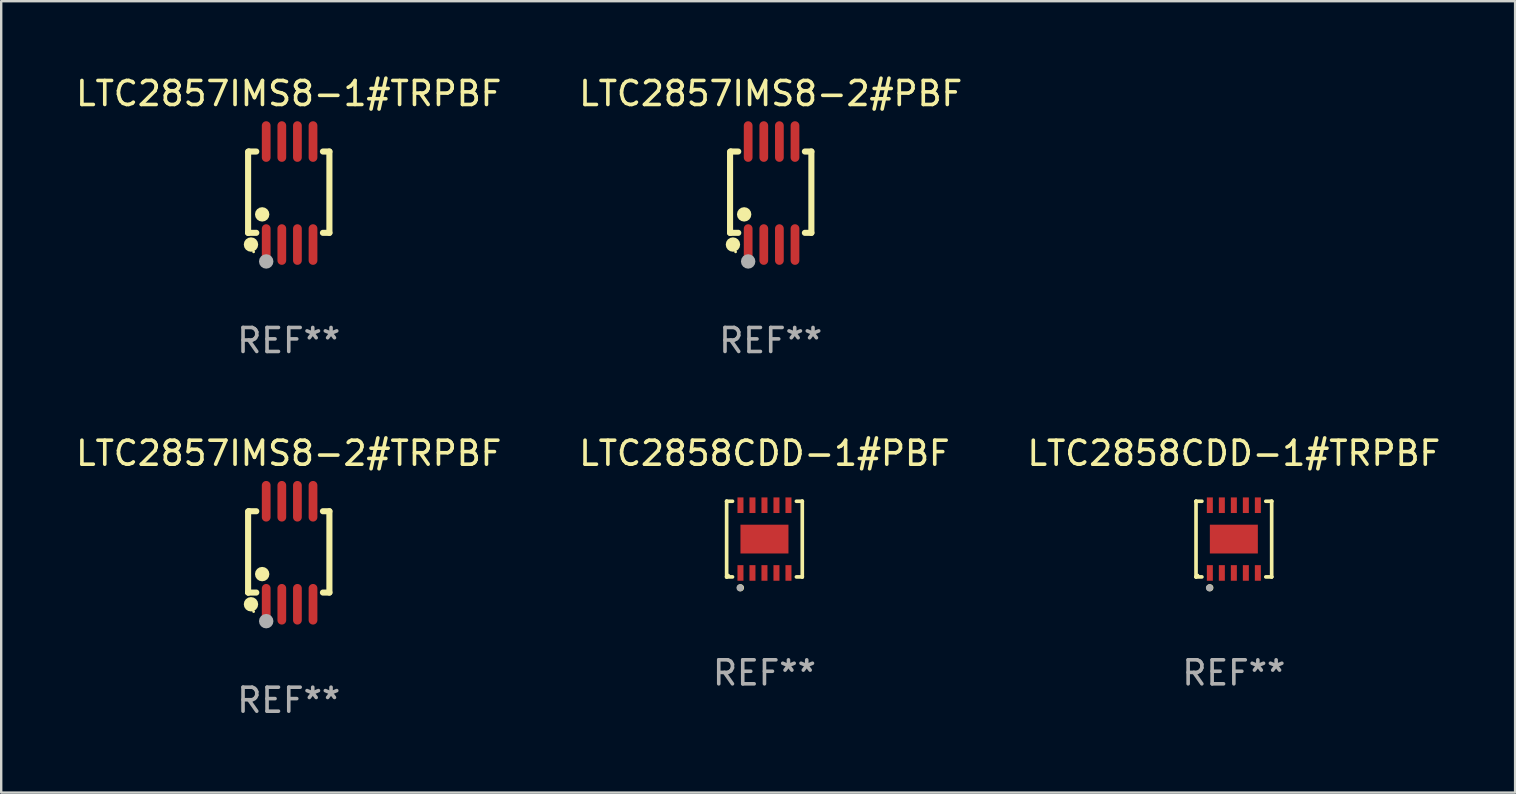
<source format=kicad_pcb>
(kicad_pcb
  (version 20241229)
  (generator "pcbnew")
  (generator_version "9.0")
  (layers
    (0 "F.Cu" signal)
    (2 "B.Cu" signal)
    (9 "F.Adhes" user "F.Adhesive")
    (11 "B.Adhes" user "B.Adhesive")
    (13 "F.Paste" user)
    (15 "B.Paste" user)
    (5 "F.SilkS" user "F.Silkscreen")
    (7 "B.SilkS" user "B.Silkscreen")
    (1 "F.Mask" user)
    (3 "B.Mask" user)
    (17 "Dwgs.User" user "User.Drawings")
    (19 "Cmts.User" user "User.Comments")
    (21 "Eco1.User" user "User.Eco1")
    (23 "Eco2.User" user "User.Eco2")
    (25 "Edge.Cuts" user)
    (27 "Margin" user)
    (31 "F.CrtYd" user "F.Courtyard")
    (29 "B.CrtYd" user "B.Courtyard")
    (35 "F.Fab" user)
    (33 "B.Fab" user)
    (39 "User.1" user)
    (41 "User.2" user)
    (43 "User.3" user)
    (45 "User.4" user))
  (footprint "LTC2858CDD-1#PBF"
    (layer "F.Cu")
    (at 28.804 19.413)
    (property "Reference" "LTC2858CDD-1#PBF" (at 0 -3.576 0) (layer "F.SilkS") (effects (font (size 1 1) (thickness 0.15))))
    (attr through_hole)
    (fp_line (start -1.576 -1.576) (end -1.576 -1.576) (stroke (width 0.152) (type solid)) (layer "F.SilkS"))
    (fp_line (start -1.576 -1.576) (end -1.331 -1.576) (stroke (width 0.152) (type solid)) (layer "F.SilkS"))
    (fp_line (start -1.576 1.576) (end -1.576 -1.576) (stroke (width 0.152) (type solid)) (layer "F.SilkS"))
    (fp_line (start -1.576 1.576) (end -1.576 1.576) (stroke (width 0.152) (type solid)) (layer "F.SilkS"))
    (fp_line (start -1.331 1.576) (end -1.576 1.576) (stroke (width 0.152) (type solid)) (layer "F.SilkS"))
    (fp_line (start 1.331 1.576) (end 1.576 1.576) (stroke (width 0.152) (type solid)) (layer "F.SilkS"))
    (fp_line (start 1.576 -1.576) (end 1.331 -1.576) (stroke (width 0.152) (type solid)) (layer "F.SilkS"))
    (fp_line (start 1.576 -1.576) (end 1.576 -1.576) (stroke (width 0.152) (type solid)) (layer "F.SilkS"))
    (fp_line (start 1.576 1.576) (end 1.576 -1.576) (stroke (width 0.152) (type solid)) (layer "F.SilkS"))
    (fp_line (start 1.576 1.576) (end 1.576 1.576) (stroke (width 0.152) (type solid)) (layer "F.SilkS"))
    (fp_circle (center -1.5 1.5) (end -1.47 1.5) (stroke (width 0.06) (type solid)) (fill no) (layer "F.SilkS"))
    (fp_circle (center -1 2.028) (end -0.925 2.028) (stroke (width 0.15) (type solid)) (fill no) (layer "F.SilkS"))
    (fp_circle (center -1.016 2.032) (end -0.941 2.032) (stroke (width 0.15) (type solid)) (fill no) (layer "F.Fab"))
    (fp_text user "REF**" (at 0 5.576 0) (layer "F.Fab") (effects (font (size 1 1) (thickness 0.15))))
    (pad "1" smd rect (at -1 1.411) (size 0.25 0.65) (layers "F.Cu" "F.Mask" "F.Paste"))
    (pad "2" smd rect (at -0.5 1.411) (size 0.25 0.65) (layers "F.Cu" "F.Mask" "F.Paste"))
    (pad "3" smd rect (at 0 1.411) (size 0.25 0.65) (layers "F.Cu" "F.Mask" "F.Paste"))
    (pad "4" smd rect (at 0.5 1.411) (size 0.25 0.65) (layers "F.Cu" "F.Mask" "F.Paste"))
    (pad "5" smd rect (at 1 1.411) (size 0.25 0.65) (layers "F.Cu" "F.Mask" "F.Paste"))
    (pad "6" smd rect (at 1 -1.411) (size 0.25 0.65) (layers "F.Cu" "F.Mask" "F.Paste"))
    (pad "7" smd rect (at 0.5 -1.411) (size 0.25 0.65) (layers "F.Cu" "F.Mask" "F.Paste"))
    (pad "8" smd rect (at 0 -1.411) (size 0.25 0.65) (layers "F.Cu" "F.Mask" "F.Paste"))
    (pad "9" smd rect (at -0.5 -1.411) (size 0.25 0.65) (layers "F.Cu" "F.Mask" "F.Paste"))
    (pad "10" smd rect (at -1 -1.411) (size 0.25 0.65) (layers "F.Cu" "F.Mask" "F.Paste"))
    (pad "11" smd rect (at 0 0) (size 2 1.2) (layers "F.Cu" "F.Mask" "F.Paste")))
  (footprint "LTC2857IMS8-2#TRPBF"
    (layer "F.Cu")
    (at 8.982 19.983)
    (property "Reference" "LTC2857IMS8-2#TRPBF" (at 0 -4.146 0) (layer "F.SilkS") (effects (font (size 1 1) (thickness 0.15))))
    (attr through_hole)
    (fp_line (start -1.694 -1.724) (end -1.694 1.652) (stroke (width 0.254) (type solid)) (layer "F.SilkS"))
    (fp_line (start -1.694 1.652) (end -1.688 1.658) (stroke (width 0.254) (type solid)) (layer "F.SilkS"))
    (fp_line (start -1.688 1.658) (end -1.353 1.658) (stroke (width 0.254) (type solid)) (layer "F.SilkS"))
    (fp_line (start -1.661 -1.73) (end -1.681 -1.71) (stroke (width 0.254) (type solid)) (layer "F.SilkS"))
    (fp_line (start -1.353 -1.73) (end -1.661 -1.73) (stroke (width 0.254) (type solid)) (layer "F.SilkS"))
    (fp_line (start 1.424 1.658) (end 1.694 1.658) (stroke (width 0.254) (type solid)) (layer "F.SilkS"))
    (fp_line (start 1.694 -1.73) (end 1.424 -1.73) (stroke (width 0.254) (type solid)) (layer "F.SilkS"))
    (fp_line (start 1.694 1.658) (end 1.694 -1.73) (stroke (width 0.254) (type solid)) (layer "F.SilkS"))
    (fp_circle (center -1.574 2.146) (end -1.424 2.146) (stroke (width 0.3) (type solid)) (fill no) (layer "F.SilkS"))
    (fp_circle (center -1.464 2.45) (end -1.434 2.45) (stroke (width 0.06) (type solid)) (fill no) (layer "F.SilkS"))
    (fp_circle (center -1.107 0.889) (end -0.957 0.889) (stroke (width 0.3) (type solid)) (fill no) (layer "F.SilkS"))
    (fp_circle (center -0.94 2.85) (end -0.789 2.85) (stroke (width 0.3) (type solid)) (fill no) (layer "F.Fab"))
    (fp_text user "REF**" (at 0 6.146 0) (layer "F.Fab") (effects (font (size 1 1) (thickness 0.15))))
    (pad "1" smd oval (at -0.94 2.146) (size 0.364 1.692) (layers "F.Cu" "F.Mask" "F.Paste"))
    (pad "2" smd oval (at -0.289 2.146) (size 0.364 1.692) (layers "F.Cu" "F.Mask" "F.Paste"))
    (pad "3" smd oval (at 0.361 2.146) (size 0.364 1.692) (layers "F.Cu" "F.Mask" "F.Paste"))
    (pad "4" smd oval (at 1.011 2.146) (size 0.364 1.692) (layers "F.Cu" "F.Mask" "F.Paste"))
    (pad "5" smd oval (at 1.011 -2.146) (size 0.364 1.692) (layers "F.Cu" "F.Mask" "F.Paste"))
    (pad "6" smd oval (at 0.361 -2.146) (size 0.364 1.692) (layers "F.Cu" "F.Mask" "F.Paste"))
    (pad "7" smd oval (at -0.289 -2.146) (size 0.364 1.692) (layers "F.Cu" "F.Mask" "F.Paste"))
    (pad "8" smd oval (at -0.94 -2.146) (size 0.364 1.692) (layers "F.Cu" "F.Mask" "F.Paste")))
  (footprint "LTC2858CDD-1#TRPBF"
    (layer "F.Cu")
    (at 48.363 19.413)
    (property "Reference" "LTC2858CDD-1#TRPBF" (at 0 -3.576 0) (layer "F.SilkS") (effects (font (size 1 1) (thickness 0.15))))
    (attr through_hole)
    (fp_line (start -1.576 -1.576) (end -1.576 -1.576) (stroke (width 0.152) (type solid)) (layer "F.SilkS"))
    (fp_line (start -1.576 -1.576) (end -1.331 -1.576) (stroke (width 0.152) (type solid)) (layer "F.SilkS"))
    (fp_line (start -1.576 1.576) (end -1.576 -1.576) (stroke (width 0.152) (type solid)) (layer "F.SilkS"))
    (fp_line (start -1.576 1.576) (end -1.576 1.576) (stroke (width 0.152) (type solid)) (layer "F.SilkS"))
    (fp_line (start -1.331 1.576) (end -1.576 1.576) (stroke (width 0.152) (type solid)) (layer "F.SilkS"))
    (fp_line (start 1.331 1.576) (end 1.576 1.576) (stroke (width 0.152) (type solid)) (layer "F.SilkS"))
    (fp_line (start 1.576 -1.576) (end 1.331 -1.576) (stroke (width 0.152) (type solid)) (layer "F.SilkS"))
    (fp_line (start 1.576 -1.576) (end 1.576 -1.576) (stroke (width 0.152) (type solid)) (layer "F.SilkS"))
    (fp_line (start 1.576 1.576) (end 1.576 -1.576) (stroke (width 0.152) (type solid)) (layer "F.SilkS"))
    (fp_line (start 1.576 1.576) (end 1.576 1.576) (stroke (width 0.152) (type solid)) (layer "F.SilkS"))
    (fp_circle (center -1.5 1.5) (end -1.47 1.5) (stroke (width 0.06) (type solid)) (fill no) (layer "F.SilkS"))
    (fp_circle (center -1 2.028) (end -0.925 2.028) (stroke (width 0.15) (type solid)) (fill no) (layer "F.SilkS"))
    (fp_circle (center -1.016 2.032) (end -0.941 2.032) (stroke (width 0.15) (type solid)) (fill no) (layer "F.Fab"))
    (fp_text user "REF**" (at 0 5.576 0) (layer "F.Fab") (effects (font (size 1 1) (thickness 0.15))))
    (pad "1" smd rect (at -1 1.411) (size 0.25 0.65) (layers "F.Cu" "F.Mask" "F.Paste"))
    (pad "2" smd rect (at -0.5 1.411) (size 0.25 0.65) (layers "F.Cu" "F.Mask" "F.Paste"))
    (pad "3" smd rect (at 0 1.411) (size 0.25 0.65) (layers "F.Cu" "F.Mask" "F.Paste"))
    (pad "4" smd rect (at 0.5 1.411) (size 0.25 0.65) (layers "F.Cu" "F.Mask" "F.Paste"))
    (pad "5" smd rect (at 1 1.411) (size 0.25 0.65) (layers "F.Cu" "F.Mask" "F.Paste"))
    (pad "6" smd rect (at 1 -1.411) (size 0.25 0.65) (layers "F.Cu" "F.Mask" "F.Paste"))
    (pad "7" smd rect (at 0.5 -1.411) (size 0.25 0.65) (layers "F.Cu" "F.Mask" "F.Paste"))
    (pad "8" smd rect (at 0 -1.411) (size 0.25 0.65) (layers "F.Cu" "F.Mask" "F.Paste"))
    (pad "9" smd rect (at -0.5 -1.411) (size 0.25 0.65) (layers "F.Cu" "F.Mask" "F.Paste"))
    (pad "10" smd rect (at -1 -1.411) (size 0.25 0.65) (layers "F.Cu" "F.Mask" "F.Paste"))
    (pad "11" smd rect (at 0 0) (size 2 1.2) (layers "F.Cu" "F.Mask" "F.Paste")))
  (footprint "LTC2857IMS8-2#PBF"
    (layer "F.Cu")
    (at 29.065 4.994)
    (property "Reference" "LTC2857IMS8-2#PBF" (at 0 -4.146 0) (layer "F.SilkS") (effects (font (size 1 1) (thickness 0.15))))
    (attr through_hole)
    (fp_line (start -1.694 -1.724) (end -1.694 1.652) (stroke (width 0.254) (type solid)) (layer "F.SilkS"))
    (fp_line (start -1.694 1.652) (end -1.688 1.658) (stroke (width 0.254) (type solid)) (layer "F.SilkS"))
    (fp_line (start -1.688 1.658) (end -1.353 1.658) (stroke (width 0.254) (type solid)) (layer "F.SilkS"))
    (fp_line (start -1.661 -1.73) (end -1.681 -1.71) (stroke (width 0.254) (type solid)) (layer "F.SilkS"))
    (fp_line (start -1.353 -1.73) (end -1.661 -1.73) (stroke (width 0.254) (type solid)) (layer "F.SilkS"))
    (fp_line (start 1.424 1.658) (end 1.694 1.658) (stroke (width 0.254) (type solid)) (layer "F.SilkS"))
    (fp_line (start 1.694 -1.73) (end 1.424 -1.73) (stroke (width 0.254) (type solid)) (layer "F.SilkS"))
    (fp_line (start 1.694 1.658) (end 1.694 -1.73) (stroke (width 0.254) (type solid)) (layer "F.SilkS"))
    (fp_circle (center -1.574 2.146) (end -1.424 2.146) (stroke (width 0.3) (type solid)) (fill no) (layer "F.SilkS"))
    (fp_circle (center -1.464 2.45) (end -1.434 2.45) (stroke (width 0.06) (type solid)) (fill no) (layer "F.SilkS"))
    (fp_circle (center -1.107 0.889) (end -0.957 0.889) (stroke (width 0.3) (type solid)) (fill no) (layer "F.SilkS"))
    (fp_circle (center -0.94 2.85) (end -0.789 2.85) (stroke (width 0.3) (type solid)) (fill no) (layer "F.Fab"))
    (fp_text user "REF**" (at 0 6.146 0) (layer "F.Fab") (effects (font (size 1 1) (thickness 0.15))))
    (pad "1" smd oval (at -0.94 2.146) (size 0.364 1.692) (layers "F.Cu" "F.Mask" "F.Paste"))
    (pad "2" smd oval (at -0.289 2.146) (size 0.364 1.692) (layers "F.Cu" "F.Mask" "F.Paste"))
    (pad "3" smd oval (at 0.361 2.146) (size 0.364 1.692) (layers "F.Cu" "F.Mask" "F.Paste"))
    (pad "4" smd oval (at 1.011 2.146) (size 0.364 1.692) (layers "F.Cu" "F.Mask" "F.Paste"))
    (pad "5" smd oval (at 1.011 -2.146) (size 0.364 1.692) (layers "F.Cu" "F.Mask" "F.Paste"))
    (pad "6" smd oval (at 0.361 -2.146) (size 0.364 1.692) (layers "F.Cu" "F.Mask" "F.Paste"))
    (pad "7" smd oval (at -0.289 -2.146) (size 0.364 1.692) (layers "F.Cu" "F.Mask" "F.Paste"))
    (pad "8" smd oval (at -0.94 -2.146) (size 0.364 1.692) (layers "F.Cu" "F.Mask" "F.Paste")))
  (footprint "LTC2857IMS8-1#TRPBF"
    (layer "F.Cu")
    (at 8.982 4.994)
    (property "Reference" "LTC2857IMS8-1#TRPBF" (at 0 -4.146 0) (layer "F.SilkS") (effects (font (size 1 1) (thickness 0.15))))
    (attr through_hole)
    (fp_line (start -1.694 -1.724) (end -1.694 1.652) (stroke (width 0.254) (type solid)) (layer "F.SilkS"))
    (fp_line (start -1.694 1.652) (end -1.688 1.658) (stroke (width 0.254) (type solid)) (layer "F.SilkS"))
    (fp_line (start -1.688 1.658) (end -1.353 1.658) (stroke (width 0.254) (type solid)) (layer "F.SilkS"))
    (fp_line (start -1.661 -1.73) (end -1.681 -1.71) (stroke (width 0.254) (type solid)) (layer "F.SilkS"))
    (fp_line (start -1.353 -1.73) (end -1.661 -1.73) (stroke (width 0.254) (type solid)) (layer "F.SilkS"))
    (fp_line (start 1.424 1.658) (end 1.694 1.658) (stroke (width 0.254) (type solid)) (layer "F.SilkS"))
    (fp_line (start 1.694 -1.73) (end 1.424 -1.73) (stroke (width 0.254) (type solid)) (layer "F.SilkS"))
    (fp_line (start 1.694 1.658) (end 1.694 -1.73) (stroke (width 0.254) (type solid)) (layer "F.SilkS"))
    (fp_circle (center -1.574 2.146) (end -1.424 2.146) (stroke (width 0.3) (type solid)) (fill no) (layer "F.SilkS"))
    (fp_circle (center -1.464 2.45) (end -1.434 2.45) (stroke (width 0.06) (type solid)) (fill no) (layer "F.SilkS"))
    (fp_circle (center -1.107 0.889) (end -0.957 0.889) (stroke (width 0.3) (type solid)) (fill no) (layer "F.SilkS"))
    (fp_circle (center -0.94 2.85) (end -0.789 2.85) (stroke (width 0.3) (type solid)) (fill no) (layer "F.Fab"))
    (fp_text user "REF**" (at 0 6.146 0) (layer "F.Fab") (effects (font (size 1 1) (thickness 0.15))))
    (pad "1" smd oval (at -0.94 2.146) (size 0.364 1.692) (layers "F.Cu" "F.Mask" "F.Paste"))
    (pad "2" smd oval (at -0.289 2.146) (size 0.364 1.692) (layers "F.Cu" "F.Mask" "F.Paste"))
    (pad "3" smd oval (at 0.361 2.146) (size 0.364 1.692) (layers "F.Cu" "F.Mask" "F.Paste"))
    (pad "4" smd oval (at 1.011 2.146) (size 0.364 1.692) (layers "F.Cu" "F.Mask" "F.Paste"))
    (pad "5" smd oval (at 1.011 -2.146) (size 0.364 1.692) (layers "F.Cu" "F.Mask" "F.Paste"))
    (pad "6" smd oval (at 0.361 -2.146) (size 0.364 1.692) (layers "F.Cu" "F.Mask" "F.Paste"))
    (pad "7" smd oval (at -0.289 -2.146) (size 0.364 1.692) (layers "F.Cu" "F.Mask" "F.Paste"))
    (pad "8" smd oval (at -0.94 -2.146) (size 0.364 1.692) (layers "F.Cu" "F.Mask" "F.Paste")))
  (gr_rect
    (start -3 -3)
    (end 60.083 29.977)
    (stroke (width 0.1) (type default))
    (fill no)
    (layer "Edge.Cuts")))
</source>
